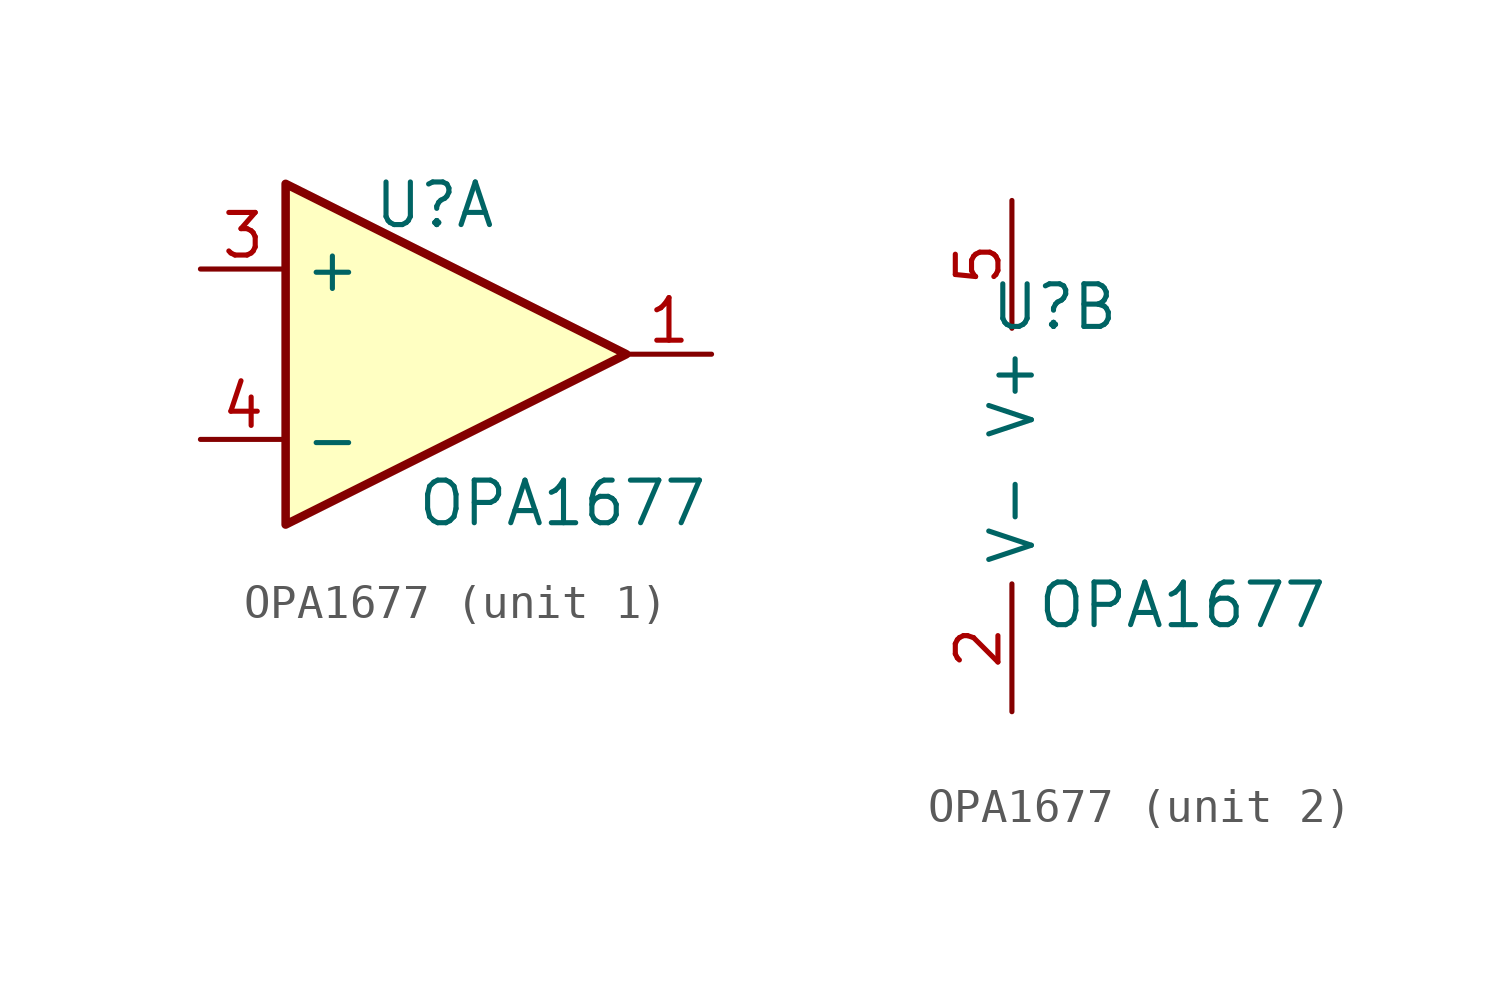
<source format=kicad_sym>
(kicad_symbol_lib
  (version 20220914)
  (generator kicad_symbol_editor)
  (symbol "OPA1677"
    (property "Reference" "U"
      (at 1.27 4.445 0)
      (effects (font (size 1.27 1.27))))
    (property "Value" "OPA1677"
      (at 5.08 -4.445 0)
      (effects (font (size 1.27 1.27))))
    (property "ki_locked" ""
      (at 0 0 0)
      (effects (font (size 1.27 1.27))))
    (symbol "OPA1677_1_1"
      (polyline (pts (xy -3.175 5.08) (xy 6.985 0) (xy -3.175 -5.08) (xy -3.175 5.08)) (stroke (width 0.254) (type default)) (fill (type background)))
      (pin output line (at 9.525 0 180) (length 2.54) (name "~" (effects (font (size 1.27 1.27)))) (number "1" (effects (font (size 1.27 1.27)))))
      (pin input line (at -5.715 2.54 0) (length 2.54) (name "+" (effects (font (size 1.27 1.27)))) (number "3" (effects (font (size 1.27 1.27)))))
      (pin input line (at -5.715 -2.54 0) (length 2.54) (name "-" (effects (font (size 1.27 1.27)))) (number "4" (effects (font (size 1.27 1.27))))))
    (symbol "OPA1677_2_1"
      (pin power_in line (at 0 -7.62 90) (length 3.81) (name "V-" (effects (font (size 1.27 1.27)))) (number "2" (effects (font (size 1.27 1.27)))))
      (pin power_in line (at 0 7.62 270) (length 3.81) (name "V+" (effects (font (size 1.27 1.27)))) (number "5" (effects (font (size 1.27 1.27))))))))
</source>
